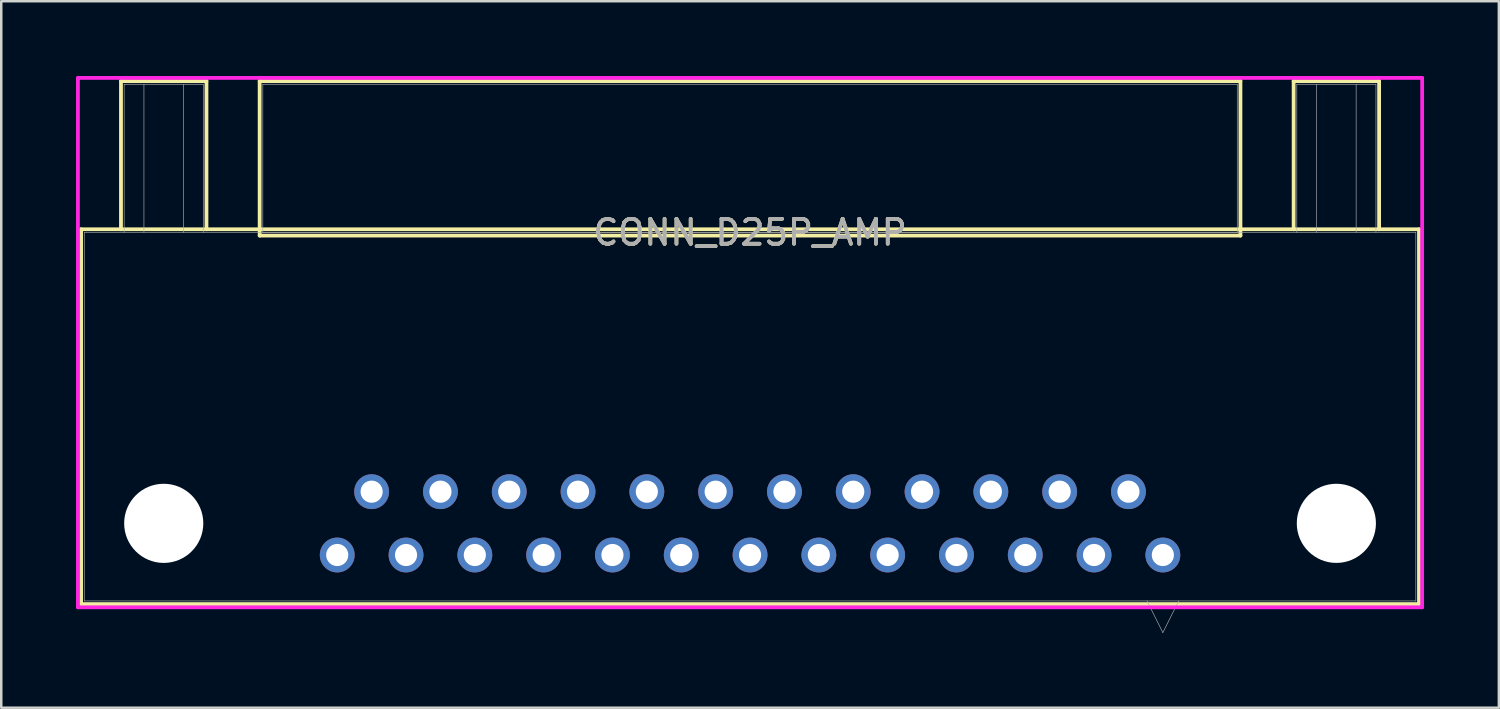
<source format=kicad_pcb>
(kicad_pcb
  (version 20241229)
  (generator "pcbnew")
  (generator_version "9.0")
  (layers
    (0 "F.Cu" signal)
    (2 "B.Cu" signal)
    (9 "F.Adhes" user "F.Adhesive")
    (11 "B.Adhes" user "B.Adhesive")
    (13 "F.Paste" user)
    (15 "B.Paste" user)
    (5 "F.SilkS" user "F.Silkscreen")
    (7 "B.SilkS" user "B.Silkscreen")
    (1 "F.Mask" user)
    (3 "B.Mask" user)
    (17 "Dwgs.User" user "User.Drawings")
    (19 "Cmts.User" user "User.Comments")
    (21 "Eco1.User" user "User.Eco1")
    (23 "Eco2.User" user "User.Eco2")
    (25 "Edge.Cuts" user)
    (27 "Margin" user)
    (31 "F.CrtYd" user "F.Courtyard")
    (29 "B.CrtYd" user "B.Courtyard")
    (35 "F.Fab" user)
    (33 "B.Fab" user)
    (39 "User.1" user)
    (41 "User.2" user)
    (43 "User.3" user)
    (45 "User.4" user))
  (footprint "CONN_D25P_AMP"
    (layer "F.Cu")
    (at 27.038 6.274)
    (property "Reference" "CONN_D25P_AMP" (at 0 0 0) (unlocked yes) (layer "F.SilkS") (effects (font (size 1 1) (thickness 0.15))))
    (attr through_hole)
    (fp_line (start -26.835 -0.127) (end -26.835 14.91) (stroke (width 0.152) (type solid)) (layer "F.SilkS"))
    (fp_line (start -26.835 14.91) (end 26.835 14.91) (stroke (width 0.152) (type solid)) (layer "F.SilkS"))
    (fp_line (start -25.235 -6.071) (end -21.806 -6.071) (stroke (width 0.152) (type solid)) (layer "F.SilkS"))
    (fp_line (start -25.235 -0.127) (end -25.235 -6.071) (stroke (width 0.152) (type solid)) (layer "F.SilkS"))
    (fp_line (start -21.806 -6.071) (end -21.806 -0.127) (stroke (width 0.152) (type solid)) (layer "F.SilkS"))
    (fp_line (start -19.672 -6.071) (end -19.672 0.127) (stroke (width 0.152) (type solid)) (layer "F.SilkS"))
    (fp_line (start -19.672 0.127) (end 19.672 0.127) (stroke (width 0.152) (type solid)) (layer "F.SilkS"))
    (fp_line (start 19.672 -6.071) (end -19.672 -6.071) (stroke (width 0.152) (type solid)) (layer "F.SilkS"))
    (fp_line (start 19.672 0.127) (end 19.672 -6.071) (stroke (width 0.152) (type solid)) (layer "F.SilkS"))
    (fp_line (start 21.806 -6.071) (end 25.235 -6.071) (stroke (width 0.152) (type solid)) (layer "F.SilkS"))
    (fp_line (start 21.806 -0.127) (end 21.806 -6.071) (stroke (width 0.152) (type solid)) (layer "F.SilkS"))
    (fp_line (start 25.235 -6.071) (end 25.235 -0.127) (stroke (width 0.152) (type solid)) (layer "F.SilkS"))
    (fp_line (start 26.835 -0.127) (end -26.835 -0.127) (stroke (width 0.152) (type solid)) (layer "F.SilkS"))
    (fp_line (start 26.835 14.91) (end 26.835 -0.127) (stroke (width 0.152) (type solid)) (layer "F.SilkS"))
    (fp_line (start -26.962 -6.198) (end -26.962 15.037) (stroke (width 0.152) (type solid)) (layer "F.CrtYd"))
    (fp_line (start -26.962 15.037) (end 26.962 15.037) (stroke (width 0.152) (type solid)) (layer "F.CrtYd"))
    (fp_line (start 26.962 -6.198) (end -26.962 -6.198) (stroke (width 0.152) (type solid)) (layer "F.CrtYd"))
    (fp_line (start 26.962 15.037) (end 26.962 -6.198) (stroke (width 0.152) (type solid)) (layer "F.CrtYd"))
    (fp_line (start -26.708 0) (end -26.708 14.783) (stroke (width 0.025) (type solid)) (layer "F.Fab"))
    (fp_line (start -26.708 14.783) (end 26.708 14.783) (stroke (width 0.025) (type solid)) (layer "F.Fab"))
    (fp_line (start -25.108 -5.944) (end -21.933 -5.944) (stroke (width 0.025) (type solid)) (layer "F.Fab"))
    (fp_line (start -25.108 0) (end -25.108 -5.944) (stroke (width 0.025) (type solid)) (layer "F.Fab"))
    (fp_line (start -24.314 0) (end -24.314 -5.944) (stroke (width 0.025) (type solid)) (layer "F.Fab"))
    (fp_line (start -22.726 -5.944) (end -22.726 0) (stroke (width 0.025) (type solid)) (layer "F.Fab"))
    (fp_line (start -21.933 -5.944) (end -21.933 0) (stroke (width 0.025) (type solid)) (layer "F.Fab"))
    (fp_line (start -19.545 -5.944) (end -19.545 0) (stroke (width 0.025) (type solid)) (layer "F.Fab"))
    (fp_line (start -19.545 0) (end 19.545 0) (stroke (width 0.025) (type solid)) (layer "F.Fab"))
    (fp_line (start 15.925 14.783) (end 16.56 16.053) (stroke (width 0.025) (type solid)) (layer "F.Fab"))
    (fp_line (start 17.195 14.783) (end 16.56 16.053) (stroke (width 0.025) (type solid)) (layer "F.Fab"))
    (fp_line (start 19.545 -5.944) (end -19.545 -5.944) (stroke (width 0.025) (type solid)) (layer "F.Fab"))
    (fp_line (start 19.545 0) (end 19.545 -5.944) (stroke (width 0.025) (type solid)) (layer "F.Fab"))
    (fp_line (start 21.933 -5.944) (end 25.108 -5.944) (stroke (width 0.025) (type solid)) (layer "F.Fab"))
    (fp_line (start 21.933 0) (end 21.933 -5.944) (stroke (width 0.025) (type solid)) (layer "F.Fab"))
    (fp_line (start 22.726 0) (end 22.726 -5.944) (stroke (width 0.025) (type solid)) (layer "F.Fab"))
    (fp_line (start 24.314 -5.944) (end 24.314 0) (stroke (width 0.025) (type solid)) (layer "F.Fab"))
    (fp_line (start 25.108 -5.944) (end 25.108 0) (stroke (width 0.025) (type solid)) (layer "F.Fab"))
    (fp_line (start 26.708 0) (end -26.708 0) (stroke (width 0.025) (type solid)) (layer "F.Fab"))
    (fp_line (start 26.708 14.783) (end 26.708 0) (stroke (width 0.025) (type solid)) (layer "F.Fab"))
    (fp_text user "${REFERENCE}" (at 0 0 0) (unlocked yes) (layer "F.Fab") (effects (font (size 1 1) (thickness 0.15))))
    (pad "" np_thru_hole circle (at -23.52 11.67) (size 3.175 3.175) (drill 3.175) (layers "*.Cu" "*.Mask"))
    (pad "" np_thru_hole circle (at 23.52 11.67) (size 3.175 3.175) (drill 3.175) (layers "*.Cu" "*.Mask"))
    (pad "1" thru_hole circle (at 16.56 12.94) (size 1.397 1.397) (drill 0.889) (layers "*.Cu" "*.Mask"))
    (pad "2" thru_hole circle (at 13.8 12.94) (size 1.397 1.397) (drill 0.889) (layers "*.Cu" "*.Mask"))
    (pad "3" thru_hole circle (at 11.04 12.94) (size 1.397 1.397) (drill 0.889) (layers "*.Cu" "*.Mask"))
    (pad "4" thru_hole circle (at 8.28 12.94) (size 1.397 1.397) (drill 0.889) (layers "*.Cu" "*.Mask"))
    (pad "5" thru_hole circle (at 5.52 12.94) (size 1.397 1.397) (drill 0.889) (layers "*.Cu" "*.Mask"))
    (pad "6" thru_hole circle (at 2.76 12.94) (size 1.397 1.397) (drill 0.889) (layers "*.Cu" "*.Mask"))
    (pad "7" thru_hole circle (at 0 12.94) (size 1.397 1.397) (drill 0.889) (layers "*.Cu" "*.Mask"))
    (pad "8" thru_hole circle (at -2.76 12.94) (size 1.397 1.397) (drill 0.889) (layers "*.Cu" "*.Mask"))
    (pad "9" thru_hole circle (at -5.52 12.94) (size 1.397 1.397) (drill 0.889) (layers "*.Cu" "*.Mask"))
    (pad "10" thru_hole circle (at -8.28 12.94) (size 1.397 1.397) (drill 0.889) (layers "*.Cu" "*.Mask"))
    (pad "11" thru_hole circle (at -11.04 12.94) (size 1.397 1.397) (drill 0.889) (layers "*.Cu" "*.Mask"))
    (pad "12" thru_hole circle (at -13.8 12.94) (size 1.397 1.397) (drill 0.889) (layers "*.Cu" "*.Mask"))
    (pad "13" thru_hole circle (at -16.56 12.94) (size 1.397 1.397) (drill 0.889) (layers "*.Cu" "*.Mask"))
    (pad "14" thru_hole circle (at 15.18 10.4) (size 1.397 1.397) (drill 0.889) (layers "*.Cu" "*.Mask"))
    (pad "15" thru_hole circle (at 12.42 10.4) (size 1.397 1.397) (drill 0.889) (layers "*.Cu" "*.Mask"))
    (pad "16" thru_hole circle (at 9.66 10.4) (size 1.397 1.397) (drill 0.889) (layers "*.Cu" "*.Mask"))
    (pad "17" thru_hole circle (at 6.9 10.4) (size 1.397 1.397) (drill 0.889) (layers "*.Cu" "*.Mask"))
    (pad "18" thru_hole circle (at 4.14 10.4) (size 1.397 1.397) (drill 0.889) (layers "*.Cu" "*.Mask"))
    (pad "19" thru_hole circle (at 1.38 10.4) (size 1.397 1.397) (drill 0.889) (layers "*.Cu" "*.Mask"))
    (pad "20" thru_hole circle (at -1.38 10.4) (size 1.397 1.397) (drill 0.889) (layers "*.Cu" "*.Mask"))
    (pad "21" thru_hole circle (at -4.14 10.4) (size 1.397 1.397) (drill 0.889) (layers "*.Cu" "*.Mask"))
    (pad "22" thru_hole circle (at -6.9 10.4) (size 1.397 1.397) (drill 0.889) (layers "*.Cu" "*.Mask"))
    (pad "23" thru_hole circle (at -9.66 10.4) (size 1.397 1.397) (drill 0.889) (layers "*.Cu" "*.Mask"))
    (pad "24" thru_hole circle (at -12.42 10.4) (size 1.397 1.397) (drill 0.889) (layers "*.Cu" "*.Mask"))
    (pad "25" thru_hole circle (at -15.18 10.4) (size 1.397 1.397) (drill 0.889) (layers "*.Cu" "*.Mask")))
  (gr_rect
    (start -3 -3)
    (end 57.077 25.339)
    (stroke (width 0.1) (type default))
    (fill no)
    (layer "Edge.Cuts")))
</source>
